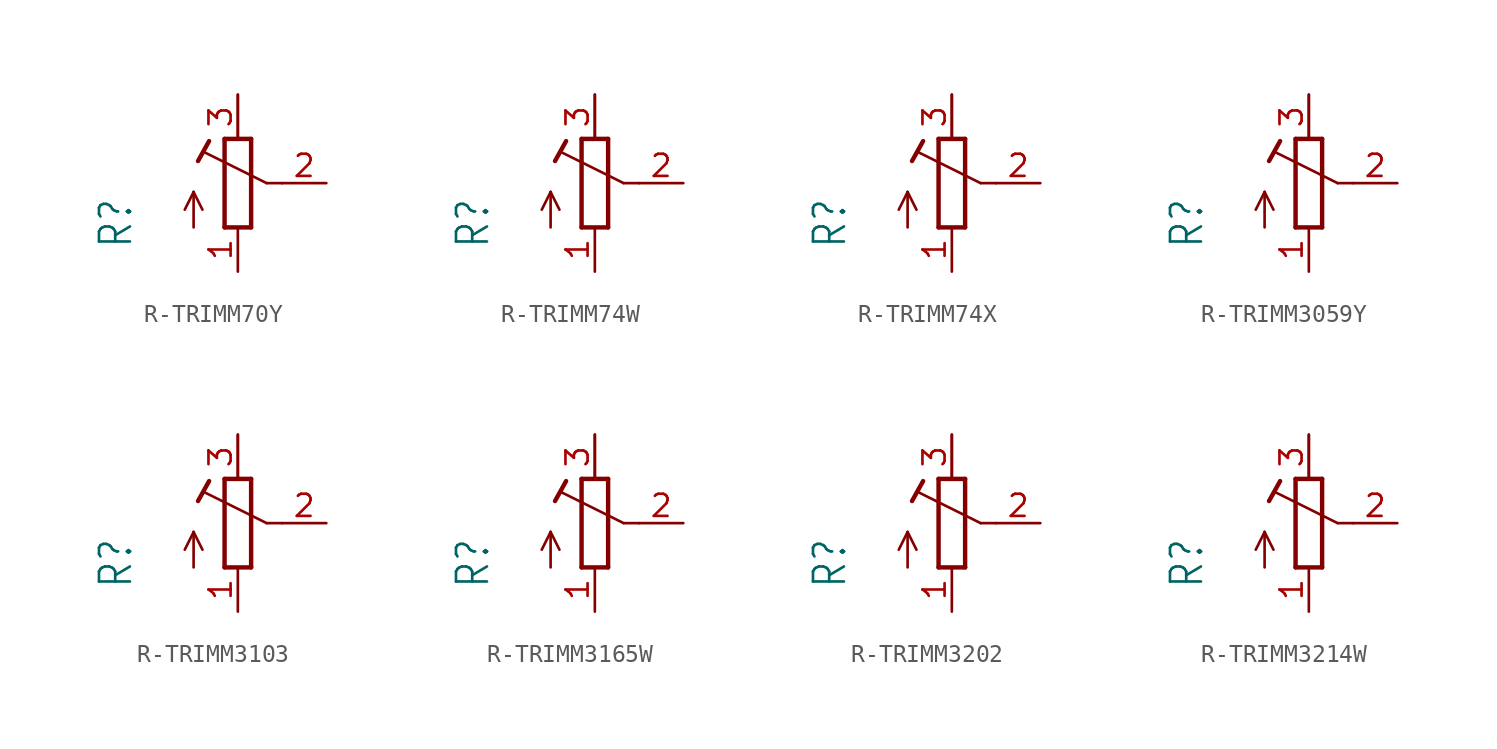
<source format=kicad_sym>
(kicad_symbol_lib
  (version 20231120)
  (generator "kicad_symbol_editor")
  (generator_version "8.0")
  (symbol "R-TRIMM70Y"
    (property "Reference" "R"
      (at -5.969 -3.81 90)
      (effects (font (size 1.778 1.511)) (justify left bottom)))
    (property "Value" ""
      (at -3.81 -3.81 90)
      (effects (font (size 1.778 1.511)) (justify left bottom)))
    (property "ki_locked" ""
      (at 0 0 0)
      (effects (font (size 1.27 1.27))))
    (symbol "R-TRIMM70Y_1_0"
      (polyline (pts (xy -2.54 -2.54) (xy -2.54 -0.508)) (stroke (width 0.152) (type solid)) (fill (type none)))
      (polyline (pts (xy -2.54 -0.508) (xy -3.048 -1.524)) (stroke (width 0.152) (type solid)) (fill (type none)))
      (polyline (pts (xy -2.54 -0.508) (xy -2.032 -1.524)) (stroke (width 0.152) (type solid)) (fill (type none)))
      (polyline (pts (xy -2.286 1.27) (xy -1.651 2.413)) (stroke (width 0.254) (type solid)) (fill (type none)))
      (polyline (pts (xy -0.762 -2.54) (xy 0.762 -2.54)) (stroke (width 0.254) (type solid)) (fill (type none)))
      (polyline (pts (xy -0.762 2.54) (xy -0.762 -2.54)) (stroke (width 0.254) (type solid)) (fill (type none)))
      (polyline (pts (xy 0 2.54) (xy -0.762 2.54)) (stroke (width 0.254) (type solid)) (fill (type none)))
      (polyline (pts (xy 0 2.54) (xy 0 5.08)) (stroke (width 0.152) (type solid)) (fill (type none)))
      (polyline (pts (xy 0.762 -2.54) (xy 0.762 2.54)) (stroke (width 0.254) (type solid)) (fill (type none)))
      (polyline (pts (xy 0.762 2.54) (xy 0 2.54)) (stroke (width 0.254) (type solid)) (fill (type none)))
      (polyline (pts (xy 1.651 0) (xy -1.88 1.753)) (stroke (width 0.152) (type solid)) (fill (type none)))
      (polyline (pts (xy 2.54 0) (xy 1.651 0)) (stroke (width 0.152) (type solid)) (fill (type none)))
      (pin passive line (at 0 -5.08 90) (length 2.54) (name "E" (effects (font (size 0 0)))) (number "1" (effects (font (size 1.27 1.27)))))
      (pin passive line (at 5.08 0 180) (length 2.54) (name "S" (effects (font (size 0 0)))) (number "2" (effects (font (size 1.27 1.27)))))
      (pin passive line (at 0 5.08 270) (length 2.54) (name "A" (effects (font (size 0 0)))) (number "3" (effects (font (size 1.27 1.27)))))))
  (symbol "R-TRIMM74W"
    (property "Reference" "R"
      (at -5.969 -3.81 90)
      (effects (font (size 1.778 1.511)) (justify left bottom)))
    (property "Value" ""
      (at -3.81 -3.81 90)
      (effects (font (size 1.778 1.511)) (justify left bottom)))
    (property "ki_locked" ""
      (at 0 0 0)
      (effects (font (size 1.27 1.27))))
    (symbol "R-TRIMM74W_1_0"
      (polyline (pts (xy -2.54 -2.54) (xy -2.54 -0.508)) (stroke (width 0.152) (type solid)) (fill (type none)))
      (polyline (pts (xy -2.54 -0.508) (xy -3.048 -1.524)) (stroke (width 0.152) (type solid)) (fill (type none)))
      (polyline (pts (xy -2.54 -0.508) (xy -2.032 -1.524)) (stroke (width 0.152) (type solid)) (fill (type none)))
      (polyline (pts (xy -2.286 1.27) (xy -1.651 2.413)) (stroke (width 0.254) (type solid)) (fill (type none)))
      (polyline (pts (xy -0.762 -2.54) (xy 0.762 -2.54)) (stroke (width 0.254) (type solid)) (fill (type none)))
      (polyline (pts (xy -0.762 2.54) (xy -0.762 -2.54)) (stroke (width 0.254) (type solid)) (fill (type none)))
      (polyline (pts (xy 0 2.54) (xy -0.762 2.54)) (stroke (width 0.254) (type solid)) (fill (type none)))
      (polyline (pts (xy 0 2.54) (xy 0 5.08)) (stroke (width 0.152) (type solid)) (fill (type none)))
      (polyline (pts (xy 0.762 -2.54) (xy 0.762 2.54)) (stroke (width 0.254) (type solid)) (fill (type none)))
      (polyline (pts (xy 0.762 2.54) (xy 0 2.54)) (stroke (width 0.254) (type solid)) (fill (type none)))
      (polyline (pts (xy 1.651 0) (xy -1.88 1.753)) (stroke (width 0.152) (type solid)) (fill (type none)))
      (polyline (pts (xy 2.54 0) (xy 1.651 0)) (stroke (width 0.152) (type solid)) (fill (type none)))
      (pin passive line (at 0 -5.08 90) (length 2.54) (name "E" (effects (font (size 0 0)))) (number "1" (effects (font (size 1.27 1.27)))))
      (pin passive line (at 5.08 0 180) (length 2.54) (name "S" (effects (font (size 0 0)))) (number "2" (effects (font (size 1.27 1.27)))))
      (pin passive line (at 0 5.08 270) (length 2.54) (name "A" (effects (font (size 0 0)))) (number "3" (effects (font (size 1.27 1.27)))))))
  (symbol "R-TRIMM74X"
    (property "Reference" "R"
      (at -5.969 -3.81 90)
      (effects (font (size 1.778 1.511)) (justify left bottom)))
    (property "Value" ""
      (at -3.81 -3.81 90)
      (effects (font (size 1.778 1.511)) (justify left bottom)))
    (property "ki_locked" ""
      (at 0 0 0)
      (effects (font (size 1.27 1.27))))
    (symbol "R-TRIMM74X_1_0"
      (polyline (pts (xy -2.54 -2.54) (xy -2.54 -0.508)) (stroke (width 0.152) (type solid)) (fill (type none)))
      (polyline (pts (xy -2.54 -0.508) (xy -3.048 -1.524)) (stroke (width 0.152) (type solid)) (fill (type none)))
      (polyline (pts (xy -2.54 -0.508) (xy -2.032 -1.524)) (stroke (width 0.152) (type solid)) (fill (type none)))
      (polyline (pts (xy -2.286 1.27) (xy -1.651 2.413)) (stroke (width 0.254) (type solid)) (fill (type none)))
      (polyline (pts (xy -0.762 -2.54) (xy 0.762 -2.54)) (stroke (width 0.254) (type solid)) (fill (type none)))
      (polyline (pts (xy -0.762 2.54) (xy -0.762 -2.54)) (stroke (width 0.254) (type solid)) (fill (type none)))
      (polyline (pts (xy 0 2.54) (xy -0.762 2.54)) (stroke (width 0.254) (type solid)) (fill (type none)))
      (polyline (pts (xy 0 2.54) (xy 0 5.08)) (stroke (width 0.152) (type solid)) (fill (type none)))
      (polyline (pts (xy 0.762 -2.54) (xy 0.762 2.54)) (stroke (width 0.254) (type solid)) (fill (type none)))
      (polyline (pts (xy 0.762 2.54) (xy 0 2.54)) (stroke (width 0.254) (type solid)) (fill (type none)))
      (polyline (pts (xy 1.651 0) (xy -1.88 1.753)) (stroke (width 0.152) (type solid)) (fill (type none)))
      (polyline (pts (xy 2.54 0) (xy 1.651 0)) (stroke (width 0.152) (type solid)) (fill (type none)))
      (pin passive line (at 0 -5.08 90) (length 2.54) (name "E" (effects (font (size 0 0)))) (number "1" (effects (font (size 1.27 1.27)))))
      (pin passive line (at 5.08 0 180) (length 2.54) (name "S" (effects (font (size 0 0)))) (number "2" (effects (font (size 1.27 1.27)))))
      (pin passive line (at 0 5.08 270) (length 2.54) (name "A" (effects (font (size 0 0)))) (number "3" (effects (font (size 1.27 1.27)))))))
  (symbol "R-TRIMM3059Y"
    (property "Reference" "R"
      (at -5.969 -3.81 90)
      (effects (font (size 1.778 1.511)) (justify left bottom)))
    (property "Value" ""
      (at -3.81 -3.81 90)
      (effects (font (size 1.778 1.511)) (justify left bottom)))
    (property "ki_locked" ""
      (at 0 0 0)
      (effects (font (size 1.27 1.27))))
    (symbol "R-TRIMM3059Y_1_0"
      (polyline (pts (xy -2.54 -2.54) (xy -2.54 -0.508)) (stroke (width 0.152) (type solid)) (fill (type none)))
      (polyline (pts (xy -2.54 -0.508) (xy -3.048 -1.524)) (stroke (width 0.152) (type solid)) (fill (type none)))
      (polyline (pts (xy -2.54 -0.508) (xy -2.032 -1.524)) (stroke (width 0.152) (type solid)) (fill (type none)))
      (polyline (pts (xy -2.286 1.27) (xy -1.651 2.413)) (stroke (width 0.254) (type solid)) (fill (type none)))
      (polyline (pts (xy -0.762 -2.54) (xy 0.762 -2.54)) (stroke (width 0.254) (type solid)) (fill (type none)))
      (polyline (pts (xy -0.762 2.54) (xy -0.762 -2.54)) (stroke (width 0.254) (type solid)) (fill (type none)))
      (polyline (pts (xy 0 2.54) (xy -0.762 2.54)) (stroke (width 0.254) (type solid)) (fill (type none)))
      (polyline (pts (xy 0 2.54) (xy 0 5.08)) (stroke (width 0.152) (type solid)) (fill (type none)))
      (polyline (pts (xy 0.762 -2.54) (xy 0.762 2.54)) (stroke (width 0.254) (type solid)) (fill (type none)))
      (polyline (pts (xy 0.762 2.54) (xy 0 2.54)) (stroke (width 0.254) (type solid)) (fill (type none)))
      (polyline (pts (xy 1.651 0) (xy -1.88 1.753)) (stroke (width 0.152) (type solid)) (fill (type none)))
      (polyline (pts (xy 2.54 0) (xy 1.651 0)) (stroke (width 0.152) (type solid)) (fill (type none)))
      (pin passive line (at 0 -5.08 90) (length 2.54) (name "E" (effects (font (size 0 0)))) (number "1" (effects (font (size 1.27 1.27)))))
      (pin passive line (at 5.08 0 180) (length 2.54) (name "S" (effects (font (size 0 0)))) (number "2" (effects (font (size 1.27 1.27)))))
      (pin passive line (at 0 5.08 270) (length 2.54) (name "A" (effects (font (size 0 0)))) (number "3" (effects (font (size 1.27 1.27)))))))
  (symbol "R-TRIMM3103"
    (property "Reference" "R"
      (at -5.969 -3.81 90)
      (effects (font (size 1.778 1.511)) (justify left bottom)))
    (property "Value" ""
      (at -3.81 -3.81 90)
      (effects (font (size 1.778 1.511)) (justify left bottom)))
    (property "ki_locked" ""
      (at 0 0 0)
      (effects (font (size 1.27 1.27))))
    (symbol "R-TRIMM3103_1_0"
      (polyline (pts (xy -2.54 -2.54) (xy -2.54 -0.508)) (stroke (width 0.152) (type solid)) (fill (type none)))
      (polyline (pts (xy -2.54 -0.508) (xy -3.048 -1.524)) (stroke (width 0.152) (type solid)) (fill (type none)))
      (polyline (pts (xy -2.54 -0.508) (xy -2.032 -1.524)) (stroke (width 0.152) (type solid)) (fill (type none)))
      (polyline (pts (xy -2.286 1.27) (xy -1.651 2.413)) (stroke (width 0.254) (type solid)) (fill (type none)))
      (polyline (pts (xy -0.762 -2.54) (xy 0.762 -2.54)) (stroke (width 0.254) (type solid)) (fill (type none)))
      (polyline (pts (xy -0.762 2.54) (xy -0.762 -2.54)) (stroke (width 0.254) (type solid)) (fill (type none)))
      (polyline (pts (xy 0 2.54) (xy -0.762 2.54)) (stroke (width 0.254) (type solid)) (fill (type none)))
      (polyline (pts (xy 0 2.54) (xy 0 5.08)) (stroke (width 0.152) (type solid)) (fill (type none)))
      (polyline (pts (xy 0.762 -2.54) (xy 0.762 2.54)) (stroke (width 0.254) (type solid)) (fill (type none)))
      (polyline (pts (xy 0.762 2.54) (xy 0 2.54)) (stroke (width 0.254) (type solid)) (fill (type none)))
      (polyline (pts (xy 1.651 0) (xy -1.88 1.753)) (stroke (width 0.152) (type solid)) (fill (type none)))
      (polyline (pts (xy 2.54 0) (xy 1.651 0)) (stroke (width 0.152) (type solid)) (fill (type none)))
      (pin passive line (at 0 -5.08 90) (length 2.54) (name "E" (effects (font (size 0 0)))) (number "1" (effects (font (size 1.27 1.27)))))
      (pin passive line (at 5.08 0 180) (length 2.54) (name "S" (effects (font (size 0 0)))) (number "2" (effects (font (size 1.27 1.27)))))
      (pin passive line (at 0 5.08 270) (length 2.54) (name "A" (effects (font (size 0 0)))) (number "3" (effects (font (size 1.27 1.27)))))))
  (symbol "R-TRIMM3165W"
    (property "Reference" "R"
      (at -5.969 -3.81 90)
      (effects (font (size 1.778 1.511)) (justify left bottom)))
    (property "Value" ""
      (at -3.81 -3.81 90)
      (effects (font (size 1.778 1.511)) (justify left bottom)))
    (property "ki_locked" ""
      (at 0 0 0)
      (effects (font (size 1.27 1.27))))
    (symbol "R-TRIMM3165W_1_0"
      (polyline (pts (xy -2.54 -2.54) (xy -2.54 -0.508)) (stroke (width 0.152) (type solid)) (fill (type none)))
      (polyline (pts (xy -2.54 -0.508) (xy -3.048 -1.524)) (stroke (width 0.152) (type solid)) (fill (type none)))
      (polyline (pts (xy -2.54 -0.508) (xy -2.032 -1.524)) (stroke (width 0.152) (type solid)) (fill (type none)))
      (polyline (pts (xy -2.286 1.27) (xy -1.651 2.413)) (stroke (width 0.254) (type solid)) (fill (type none)))
      (polyline (pts (xy -0.762 -2.54) (xy 0.762 -2.54)) (stroke (width 0.254) (type solid)) (fill (type none)))
      (polyline (pts (xy -0.762 2.54) (xy -0.762 -2.54)) (stroke (width 0.254) (type solid)) (fill (type none)))
      (polyline (pts (xy 0 2.54) (xy -0.762 2.54)) (stroke (width 0.254) (type solid)) (fill (type none)))
      (polyline (pts (xy 0 2.54) (xy 0 5.08)) (stroke (width 0.152) (type solid)) (fill (type none)))
      (polyline (pts (xy 0.762 -2.54) (xy 0.762 2.54)) (stroke (width 0.254) (type solid)) (fill (type none)))
      (polyline (pts (xy 0.762 2.54) (xy 0 2.54)) (stroke (width 0.254) (type solid)) (fill (type none)))
      (polyline (pts (xy 1.651 0) (xy -1.88 1.753)) (stroke (width 0.152) (type solid)) (fill (type none)))
      (polyline (pts (xy 2.54 0) (xy 1.651 0)) (stroke (width 0.152) (type solid)) (fill (type none)))
      (pin passive line (at 0 -5.08 90) (length 2.54) (name "E" (effects (font (size 0 0)))) (number "1" (effects (font (size 1.27 1.27)))))
      (pin passive line (at 5.08 0 180) (length 2.54) (name "S" (effects (font (size 0 0)))) (number "2" (effects (font (size 1.27 1.27)))))
      (pin passive line (at 0 5.08 270) (length 2.54) (name "A" (effects (font (size 0 0)))) (number "3" (effects (font (size 1.27 1.27)))))))
  (symbol "R-TRIMM3202"
    (property "Reference" "R"
      (at -5.969 -3.81 90)
      (effects (font (size 1.778 1.511)) (justify left bottom)))
    (property "Value" ""
      (at -3.81 -3.81 90)
      (effects (font (size 1.778 1.511)) (justify left bottom)))
    (property "ki_locked" ""
      (at 0 0 0)
      (effects (font (size 1.27 1.27))))
    (symbol "R-TRIMM3202_1_0"
      (polyline (pts (xy -2.54 -2.54) (xy -2.54 -0.508)) (stroke (width 0.152) (type solid)) (fill (type none)))
      (polyline (pts (xy -2.54 -0.508) (xy -3.048 -1.524)) (stroke (width 0.152) (type solid)) (fill (type none)))
      (polyline (pts (xy -2.54 -0.508) (xy -2.032 -1.524)) (stroke (width 0.152) (type solid)) (fill (type none)))
      (polyline (pts (xy -2.286 1.27) (xy -1.651 2.413)) (stroke (width 0.254) (type solid)) (fill (type none)))
      (polyline (pts (xy -0.762 -2.54) (xy 0.762 -2.54)) (stroke (width 0.254) (type solid)) (fill (type none)))
      (polyline (pts (xy -0.762 2.54) (xy -0.762 -2.54)) (stroke (width 0.254) (type solid)) (fill (type none)))
      (polyline (pts (xy 0 2.54) (xy -0.762 2.54)) (stroke (width 0.254) (type solid)) (fill (type none)))
      (polyline (pts (xy 0 2.54) (xy 0 5.08)) (stroke (width 0.152) (type solid)) (fill (type none)))
      (polyline (pts (xy 0.762 -2.54) (xy 0.762 2.54)) (stroke (width 0.254) (type solid)) (fill (type none)))
      (polyline (pts (xy 0.762 2.54) (xy 0 2.54)) (stroke (width 0.254) (type solid)) (fill (type none)))
      (polyline (pts (xy 1.651 0) (xy -1.88 1.753)) (stroke (width 0.152) (type solid)) (fill (type none)))
      (polyline (pts (xy 2.54 0) (xy 1.651 0)) (stroke (width 0.152) (type solid)) (fill (type none)))
      (pin passive line (at 0 -5.08 90) (length 2.54) (name "E" (effects (font (size 0 0)))) (number "1" (effects (font (size 1.27 1.27)))))
      (pin passive line (at 5.08 0 180) (length 2.54) (name "S" (effects (font (size 0 0)))) (number "2" (effects (font (size 1.27 1.27)))))
      (pin passive line (at 0 5.08 270) (length 2.54) (name "A" (effects (font (size 0 0)))) (number "3" (effects (font (size 1.27 1.27)))))))
  (symbol "R-TRIMM3214W"
    (property "Reference" "R"
      (at -5.969 -3.81 90)
      (effects (font (size 1.778 1.511)) (justify left bottom)))
    (property "Value" ""
      (at -3.81 -3.81 90)
      (effects (font (size 1.778 1.511)) (justify left bottom)))
    (property "ki_locked" ""
      (at 0 0 0)
      (effects (font (size 1.27 1.27))))
    (symbol "R-TRIMM3214W_1_0"
      (polyline (pts (xy -2.54 -2.54) (xy -2.54 -0.508)) (stroke (width 0.152) (type solid)) (fill (type none)))
      (polyline (pts (xy -2.54 -0.508) (xy -3.048 -1.524)) (stroke (width 0.152) (type solid)) (fill (type none)))
      (polyline (pts (xy -2.54 -0.508) (xy -2.032 -1.524)) (stroke (width 0.152) (type solid)) (fill (type none)))
      (polyline (pts (xy -2.286 1.27) (xy -1.651 2.413)) (stroke (width 0.254) (type solid)) (fill (type none)))
      (polyline (pts (xy -0.762 -2.54) (xy 0.762 -2.54)) (stroke (width 0.254) (type solid)) (fill (type none)))
      (polyline (pts (xy -0.762 2.54) (xy -0.762 -2.54)) (stroke (width 0.254) (type solid)) (fill (type none)))
      (polyline (pts (xy 0 2.54) (xy -0.762 2.54)) (stroke (width 0.254) (type solid)) (fill (type none)))
      (polyline (pts (xy 0 2.54) (xy 0 5.08)) (stroke (width 0.152) (type solid)) (fill (type none)))
      (polyline (pts (xy 0.762 -2.54) (xy 0.762 2.54)) (stroke (width 0.254) (type solid)) (fill (type none)))
      (polyline (pts (xy 0.762 2.54) (xy 0 2.54)) (stroke (width 0.254) (type solid)) (fill (type none)))
      (polyline (pts (xy 1.651 0) (xy -1.88 1.753)) (stroke (width 0.152) (type solid)) (fill (type none)))
      (polyline (pts (xy 2.54 0) (xy 1.651 0)) (stroke (width 0.152) (type solid)) (fill (type none)))
      (pin passive line (at 0 -5.08 90) (length 2.54) (name "E" (effects (font (size 0 0)))) (number "1" (effects (font (size 1.27 1.27)))))
      (pin passive line (at 5.08 0 180) (length 2.54) (name "S" (effects (font (size 0 0)))) (number "2" (effects (font (size 1.27 1.27)))))
      (pin passive line (at 0 5.08 270) (length 2.54) (name "A" (effects (font (size 0 0)))) (number "3" (effects (font (size 1.27 1.27))))))))
</source>
